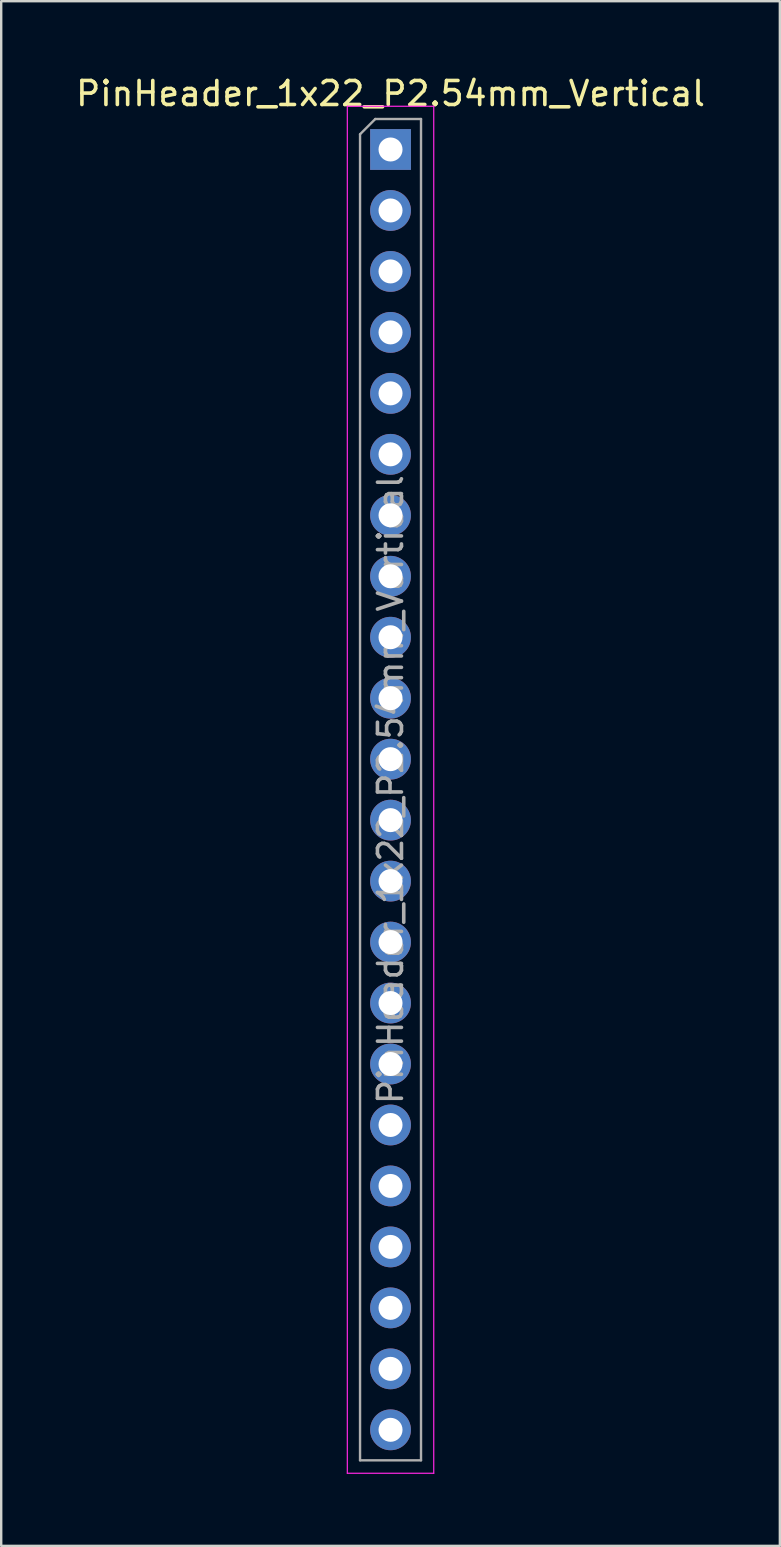
<source format=kicad_pcb>
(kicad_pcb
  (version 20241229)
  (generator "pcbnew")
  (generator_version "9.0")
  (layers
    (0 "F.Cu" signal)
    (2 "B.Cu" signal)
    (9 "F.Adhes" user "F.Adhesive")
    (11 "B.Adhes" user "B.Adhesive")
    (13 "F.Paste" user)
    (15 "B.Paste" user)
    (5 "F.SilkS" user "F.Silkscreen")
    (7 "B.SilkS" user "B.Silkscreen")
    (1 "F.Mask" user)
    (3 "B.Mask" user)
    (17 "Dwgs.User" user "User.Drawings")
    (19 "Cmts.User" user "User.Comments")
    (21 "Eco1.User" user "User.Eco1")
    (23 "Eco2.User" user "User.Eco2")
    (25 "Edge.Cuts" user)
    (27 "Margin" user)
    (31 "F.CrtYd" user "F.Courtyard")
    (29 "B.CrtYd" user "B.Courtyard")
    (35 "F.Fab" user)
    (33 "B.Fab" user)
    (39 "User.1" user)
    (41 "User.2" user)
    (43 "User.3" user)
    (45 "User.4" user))
  (footprint "PinHeader_1x22_P2.54mm_Vertical"
    (layer "F.Cu")
    (at 13.22 3.178)
    (property "Reference" "PinHeader_1x22_P2.54mm_Vertical" (at 0 -2.33 0) (layer "F.SilkS") (effects (font (size 1 1) (thickness 0.15))))
    (attr through_hole)
    (fp_line (start -1.8 -1.8) (end -1.8 55.15) (stroke (width 0.05) (type solid)) (layer "F.CrtYd"))
    (fp_line (start -1.8 55.15) (end 1.8 55.15) (stroke (width 0.05) (type solid)) (layer "F.CrtYd"))
    (fp_line (start 1.8 -1.8) (end -1.8 -1.8) (stroke (width 0.05) (type solid)) (layer "F.CrtYd"))
    (fp_line (start 1.8 55.15) (end 1.8 -1.8) (stroke (width 0.05) (type solid)) (layer "F.CrtYd"))
    (fp_line (start -1.27 -0.635) (end -0.635 -1.27) (stroke (width 0.1) (type solid)) (layer "F.Fab"))
    (fp_line (start -1.27 54.61) (end -1.27 -0.635) (stroke (width 0.1) (type solid)) (layer "F.Fab"))
    (fp_line (start -0.635 -1.27) (end 1.27 -1.27) (stroke (width 0.1) (type solid)) (layer "F.Fab"))
    (fp_line (start 1.27 -1.27) (end 1.27 54.61) (stroke (width 0.1) (type solid)) (layer "F.Fab"))
    (fp_line (start 1.27 54.61) (end -1.27 54.61) (stroke (width 0.1) (type solid)) (layer "F.Fab"))
    (fp_text user "${REFERENCE}" (at 0 26.67 90) (layer "F.Fab") (effects (font (size 1 1) (thickness 0.15))))
    (pad "1" thru_hole rect (at 0 0) (size 1.7 1.7) (drill 1) (layers "*.Cu" "*.Mask"))
    (pad "2" thru_hole oval (at 0 2.54) (size 1.7 1.7) (drill 1) (layers "*.Cu" "*.Mask"))
    (pad "3" thru_hole oval (at 0 5.08) (size 1.7 1.7) (drill 1) (layers "*.Cu" "*.Mask"))
    (pad "4" thru_hole oval (at 0 7.62) (size 1.7 1.7) (drill 1) (layers "*.Cu" "*.Mask"))
    (pad "5" thru_hole oval (at 0 10.16) (size 1.7 1.7) (drill 1) (layers "*.Cu" "*.Mask"))
    (pad "6" thru_hole oval (at 0 12.7) (size 1.7 1.7) (drill 1) (layers "*.Cu" "*.Mask"))
    (pad "7" thru_hole oval (at 0 15.24) (size 1.7 1.7) (drill 1) (layers "*.Cu" "*.Mask"))
    (pad "8" thru_hole oval (at 0 17.78) (size 1.7 1.7) (drill 1) (layers "*.Cu" "*.Mask"))
    (pad "9" thru_hole oval (at 0 20.32) (size 1.7 1.7) (drill 1) (layers "*.Cu" "*.Mask"))
    (pad "10" thru_hole oval (at 0 22.86) (size 1.7 1.7) (drill 1) (layers "*.Cu" "*.Mask"))
    (pad "11" thru_hole oval (at 0 25.4) (size 1.7 1.7) (drill 1) (layers "*.Cu" "*.Mask"))
    (pad "12" thru_hole oval (at 0 27.94) (size 1.7 1.7) (drill 1) (layers "*.Cu" "*.Mask"))
    (pad "13" thru_hole oval (at 0 30.48) (size 1.7 1.7) (drill 1) (layers "*.Cu" "*.Mask"))
    (pad "14" thru_hole oval (at 0 33.02) (size 1.7 1.7) (drill 1) (layers "*.Cu" "*.Mask"))
    (pad "15" thru_hole oval (at 0 35.56) (size 1.7 1.7) (drill 1) (layers "*.Cu" "*.Mask"))
    (pad "16" thru_hole oval (at 0 38.1) (size 1.7 1.7) (drill 1) (layers "*.Cu" "*.Mask"))
    (pad "17" thru_hole oval (at 0 40.64) (size 1.7 1.7) (drill 1) (layers "*.Cu" "*.Mask"))
    (pad "18" thru_hole oval (at 0 43.18) (size 1.7 1.7) (drill 1) (layers "*.Cu" "*.Mask"))
    (pad "19" thru_hole oval (at 0 45.72) (size 1.7 1.7) (drill 1) (layers "*.Cu" "*.Mask"))
    (pad "20" thru_hole oval (at 0 48.26) (size 1.7 1.7) (drill 1) (layers "*.Cu" "*.Mask"))
    (pad "21" thru_hole oval (at 0 50.8) (size 1.7 1.7) (drill 1) (layers "*.Cu" "*.Mask"))
    (pad "22" thru_hole oval (at 0 53.34) (size 1.7 1.7) (drill 1) (layers "*.Cu" "*.Mask")))
  (gr_rect
    (start -3 -3)
    (end 29.44 61.353)
    (stroke (width 0.1) (type default))
    (fill no)
    (layer "Edge.Cuts")))
</source>
